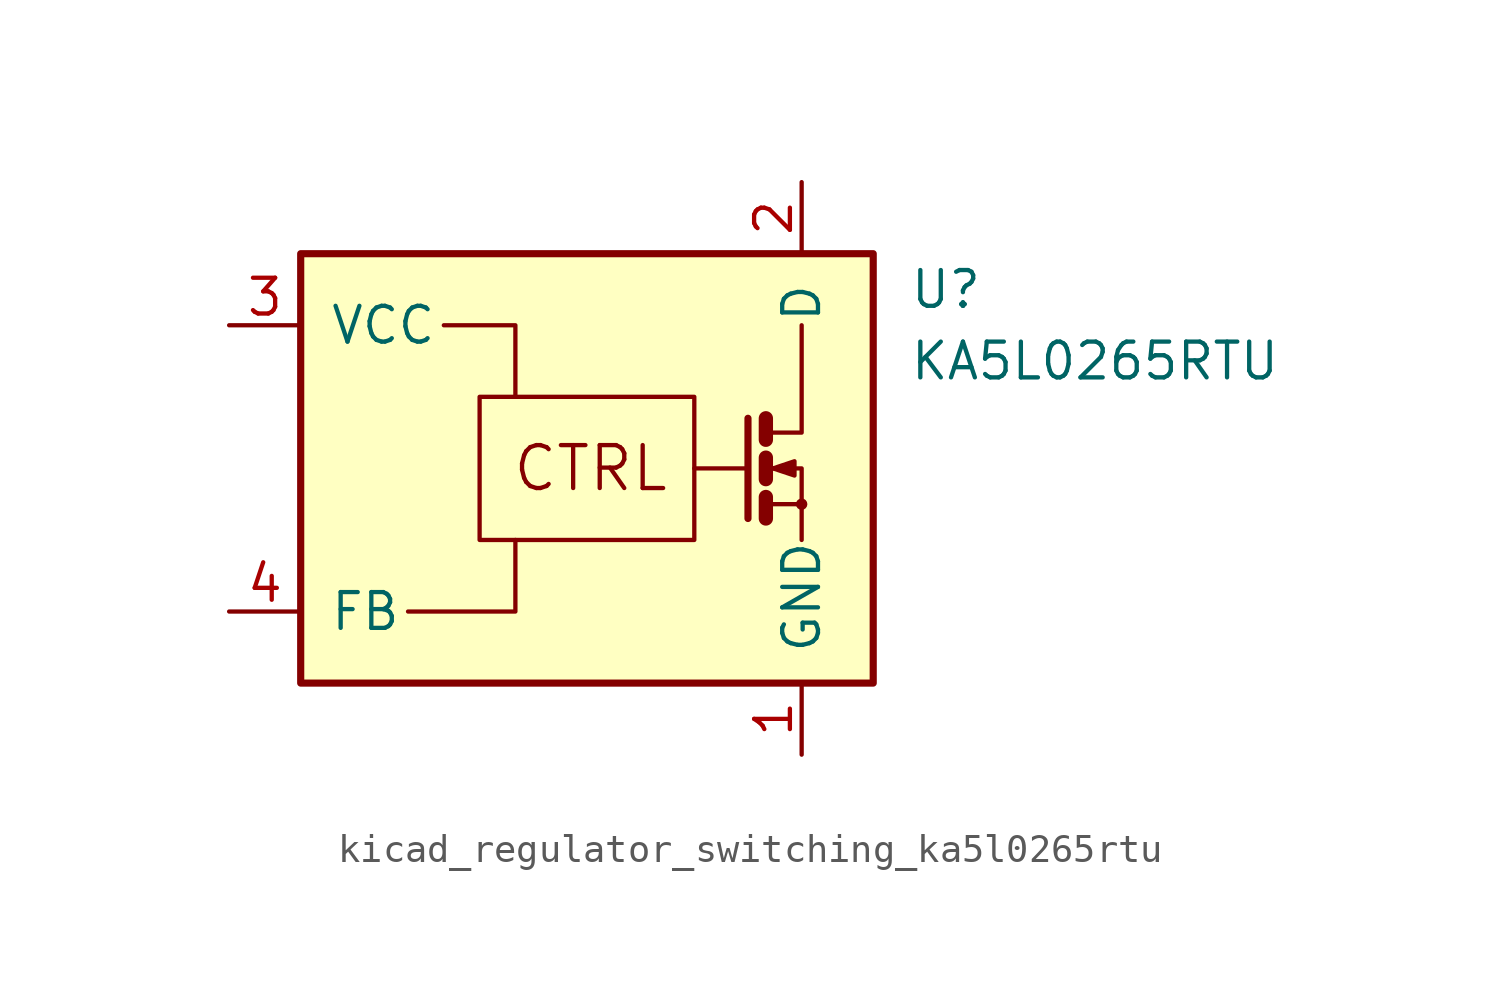
<source format=kicad_sym>
(kicad_symbol_lib
  (version 20220914)
  (generator kicad_symbol_editor)
  (symbol "kicad_regulator_switching_ka5l0265rtu"
    (pin_names
      (offset 1.016))
    (property "Reference" "U"
      (at 11.43 6.35 0)
      (effects (font (size 1.27 1.27)) (justify left)))
    (property "Value" "KA5L0265RTU"
      (at 11.43 3.81 0)
      (effects (font (size 1.27 1.27)) (justify left)))
    (symbol "kicad_regulator_switching_ka5l0265rtu_0_0"
      (rectangle (start -10.16 7.62) (end 10.16 -7.62) (stroke (width 0.254) (type default)) (fill (type background)))
      (rectangle (start -3.81 2.54) (end 3.81 -2.54) (stroke (width 0) (type default)) (fill (type none)))
      (polyline (pts (xy 3.81 0) (xy 5.715 0)) (stroke (width 0) (type default)) (fill (type none)))
      (polyline (pts (xy 5.715 1.778) (xy 5.715 -1.778)) (stroke (width 0.254) (type default)) (fill (type none)))
      (polyline (pts (xy 6.35 -1.27) (xy 7.62 -1.27)) (stroke (width 0) (type default)) (fill (type none)))
      (polyline (pts (xy 6.35 -1.016) (xy 6.35 -1.778)) (stroke (width 0.508) (type default)) (fill (type none)))
      (polyline (pts (xy 6.35 0.381) (xy 6.35 -0.381)) (stroke (width 0.508) (type default)) (fill (type none)))
      (polyline (pts (xy 6.35 1.778) (xy 6.35 1.016)) (stroke (width 0.508) (type default)) (fill (type none)))
      (polyline (pts (xy -6.35 -5.08) (xy -2.54 -5.08) (xy -2.54 -2.54)) (stroke (width 0) (type default)) (fill (type none)))
      (polyline (pts (xy -5.08 5.08) (xy -2.54 5.08) (xy -2.54 2.54)) (stroke (width 0) (type default)) (fill (type none)))
      (polyline (pts (xy 6.35 1.27) (xy 7.62 1.27) (xy 7.62 5.08)) (stroke (width 0) (type default)) (fill (type none)))
      (polyline (pts (xy 7.62 -2.54) (xy 7.62 0) (xy 6.35 0)) (stroke (width 0) (type default)) (fill (type none)))
      (polyline (pts (xy 6.604 0) (xy 7.366 0.254) (xy 7.366 -0.254) (xy 6.604 0)) (stroke (width 0) (type default)) (fill (type outline)))
      (circle (center 7.62 -1.27) (radius 0.127) (stroke (width 0) (type default)) (fill (type none)))
      (text "CTRL" (at 0.127 0 0) (effects (font (size 1.524 1.524)))))
    (symbol "kicad_regulator_switching_ka5l0265rtu_1_1"
      (pin power_in line (at 7.62 -10.16 90) (length 2.54) (name "GND" (effects (font (size 1.27 1.27)))) (number "1" (effects (font (size 1.27 1.27)))))
      (pin passive line (at 7.62 10.16 270) (length 2.54) (name "D" (effects (font (size 1.27 1.27)))) (number "2" (effects (font (size 1.27 1.27)))))
      (pin power_in line (at -12.7 5.08 0) (length 2.54) (name "VCC" (effects (font (size 1.27 1.27)))) (number "3" (effects (font (size 1.27 1.27)))))
      (pin passive line (at -12.7 -5.08 0) (length 2.54) (name "FB" (effects (font (size 1.27 1.27)))) (number "4" (effects (font (size 1.27 1.27))))))))
</source>
